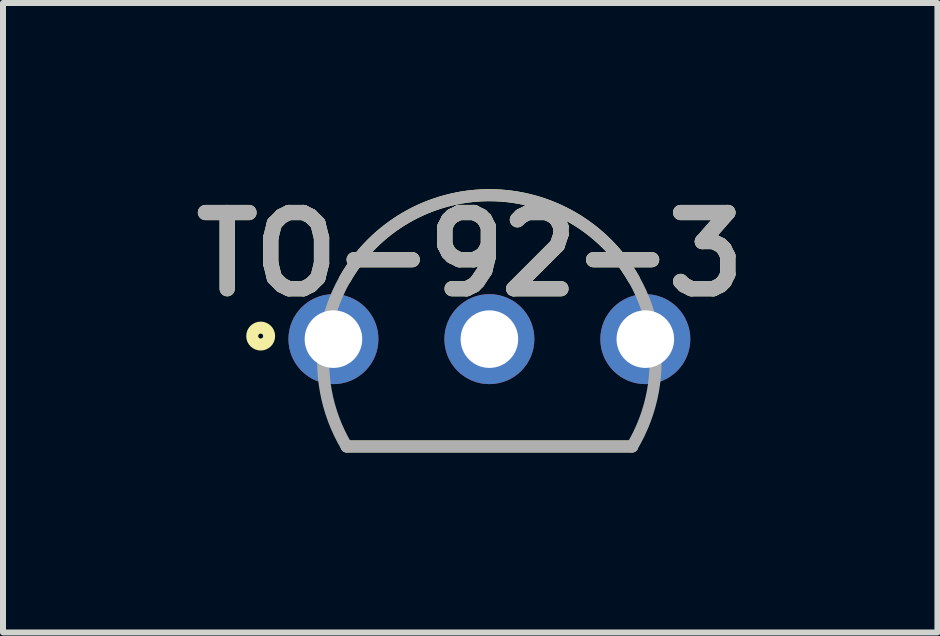
<source format=kicad_pcb>
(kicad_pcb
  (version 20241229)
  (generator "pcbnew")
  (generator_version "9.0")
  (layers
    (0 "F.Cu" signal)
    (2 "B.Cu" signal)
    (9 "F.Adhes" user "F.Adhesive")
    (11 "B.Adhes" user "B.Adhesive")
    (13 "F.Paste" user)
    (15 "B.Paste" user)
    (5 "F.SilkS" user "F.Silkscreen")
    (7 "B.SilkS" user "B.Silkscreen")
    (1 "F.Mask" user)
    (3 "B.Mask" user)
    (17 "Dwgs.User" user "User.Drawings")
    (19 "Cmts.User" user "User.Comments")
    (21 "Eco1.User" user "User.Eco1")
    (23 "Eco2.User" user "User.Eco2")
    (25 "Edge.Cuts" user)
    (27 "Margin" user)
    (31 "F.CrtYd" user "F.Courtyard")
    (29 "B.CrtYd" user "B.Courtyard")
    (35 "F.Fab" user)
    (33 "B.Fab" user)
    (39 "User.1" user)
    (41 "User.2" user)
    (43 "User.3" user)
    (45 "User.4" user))
  (footprint "TO-92-3"
    (layer "F.Cu")
    (at 5.109 2.604)
    (property "Reference" "TO-92-3" (at -0.319 -1.415 0) (layer "F.SilkS") (effects (font (size 1.27 1.27) (thickness 0.254))))
    (attr through_hole)
    (fp_line (start -2.38 1.79) (end 2.38 1.79) (stroke (width 0.2) (type solid)) (layer "F.SilkS"))
    (fp_arc (start -2.40804 -1) (mid 0.00018 -2.400002) (end 2.408218 -0.999687) (stroke (width 0.2) (type solid)) (layer "F.SilkS"))
    (fp_circle (center -3.813 -0.051) (end -3.813 -0.01) (stroke (width 0.2) (type solid)) (fill no) (layer "F.SilkS"))
    (fp_line (start -2.38 1.79) (end 2.38 1.79) (stroke (width 0.2) (type solid)) (layer "F.Fab"))
    (fp_arc (start -2.38 1.79) (mid -0.000249 -2.399997) (end 2.380255 1.789572) (stroke (width 0.2) (type solid)) (layer "F.Fab"))
    (fp_text user "${REFERENCE}" (at -0.319 -1.415 0) (layer "F.Fab") (effects (font (size 1.27 1.27) (thickness 0.254))))
    (pad "1" thru_hole circle (at -2.6 0) (size 1.5 1.5) (drill 0.96) (layers "*.Cu" "*.Mask"))
    (pad "2" thru_hole circle (at 0 0) (size 1.5 1.5) (drill 0.96) (layers "*.Cu" "*.Mask"))
    (pad "3" thru_hole circle (at 2.6 0) (size 1.5 1.5) (drill 0.96) (layers "*.Cu" "*.Mask")))
  (gr_rect
    (start -3 -3)
    (end 12.579 7.494)
    (stroke (width 0.1) (type default))
    (fill no)
    (layer "Edge.Cuts")))
</source>
